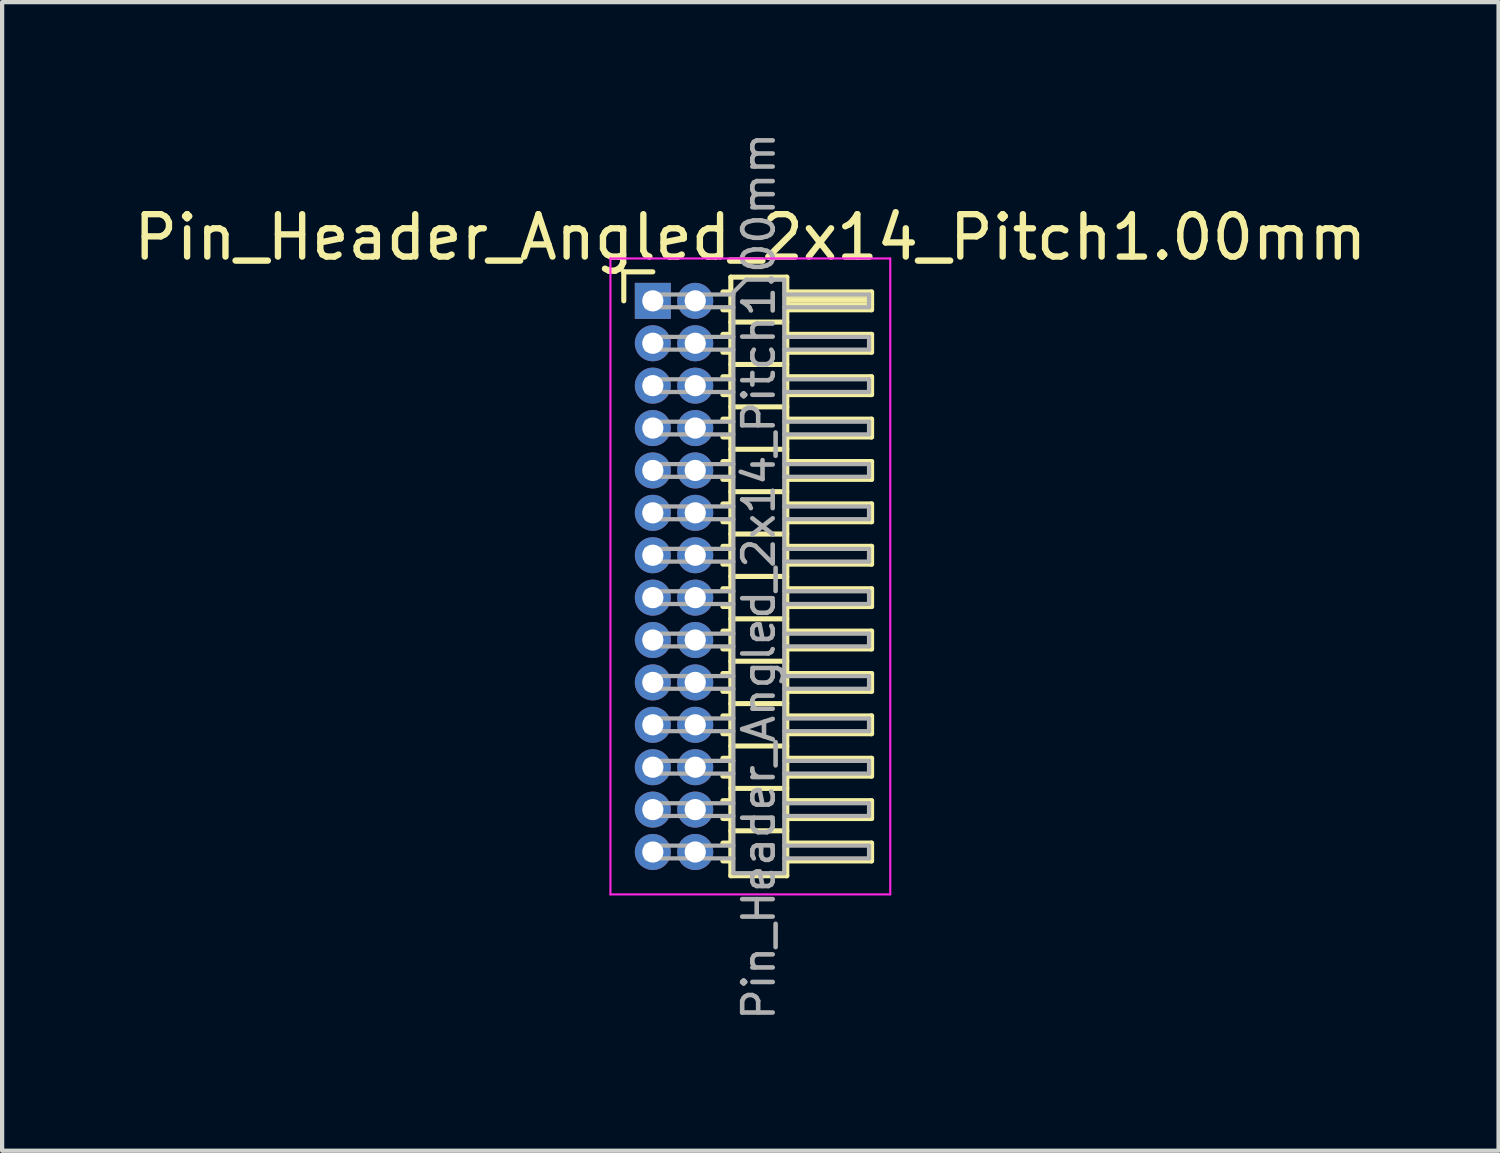
<source format=kicad_pcb>
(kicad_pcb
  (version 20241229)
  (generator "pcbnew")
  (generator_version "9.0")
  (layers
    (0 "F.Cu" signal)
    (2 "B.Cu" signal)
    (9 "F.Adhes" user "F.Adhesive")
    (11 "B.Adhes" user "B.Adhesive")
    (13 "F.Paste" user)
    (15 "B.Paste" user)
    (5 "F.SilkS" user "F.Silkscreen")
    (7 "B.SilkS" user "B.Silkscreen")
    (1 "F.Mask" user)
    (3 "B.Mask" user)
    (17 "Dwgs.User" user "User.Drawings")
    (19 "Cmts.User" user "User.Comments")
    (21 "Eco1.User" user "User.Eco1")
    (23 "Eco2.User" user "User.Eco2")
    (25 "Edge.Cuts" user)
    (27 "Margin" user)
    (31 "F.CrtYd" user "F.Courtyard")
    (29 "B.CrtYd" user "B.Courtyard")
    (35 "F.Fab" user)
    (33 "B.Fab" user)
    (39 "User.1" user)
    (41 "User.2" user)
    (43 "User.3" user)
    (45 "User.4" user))
  (footprint "Pin_Header_Angled_2x14_Pitch1.00mm"
    (layer "F.Cu")
    (at 12.349 4.047)
    (property "Reference" "Pin_Header_Angled_2x14_Pitch1.00mm" (at 2.3 -1.5 0) (layer "F.SilkS") (effects (font (size 1 1) (thickness 0.15))))
    (attr through_hole)
    (fp_line (start -0.685 -0.685) (end 0 -0.685) (stroke (width 0.12) (type solid)) (layer "F.SilkS"))
    (fp_line (start -0.685 0) (end -0.685 -0.685) (stroke (width 0.12) (type solid)) (layer "F.SilkS"))
    (fp_line (start 1.652 -0.21) (end 1.84 -0.21) (stroke (width 0.12) (type solid)) (layer "F.SilkS"))
    (fp_line (start 1.652 0.21) (end 1.84 0.21) (stroke (width 0.12) (type solid)) (layer "F.SilkS"))
    (fp_line (start 1.652 0.79) (end 1.84 0.79) (stroke (width 0.12) (type solid)) (layer "F.SilkS"))
    (fp_line (start 1.652 1.21) (end 1.84 1.21) (stroke (width 0.12) (type solid)) (layer "F.SilkS"))
    (fp_line (start 1.652 1.79) (end 1.84 1.79) (stroke (width 0.12) (type solid)) (layer "F.SilkS"))
    (fp_line (start 1.652 2.21) (end 1.84 2.21) (stroke (width 0.12) (type solid)) (layer "F.SilkS"))
    (fp_line (start 1.652 2.79) (end 1.84 2.79) (stroke (width 0.12) (type solid)) (layer "F.SilkS"))
    (fp_line (start 1.652 3.21) (end 1.84 3.21) (stroke (width 0.12) (type solid)) (layer "F.SilkS"))
    (fp_line (start 1.652 3.79) (end 1.84 3.79) (stroke (width 0.12) (type solid)) (layer "F.SilkS"))
    (fp_line (start 1.652 4.21) (end 1.84 4.21) (stroke (width 0.12) (type solid)) (layer "F.SilkS"))
    (fp_line (start 1.652 4.79) (end 1.84 4.79) (stroke (width 0.12) (type solid)) (layer "F.SilkS"))
    (fp_line (start 1.652 5.21) (end 1.84 5.21) (stroke (width 0.12) (type solid)) (layer "F.SilkS"))
    (fp_line (start 1.652 5.79) (end 1.84 5.79) (stroke (width 0.12) (type solid)) (layer "F.SilkS"))
    (fp_line (start 1.652 6.21) (end 1.84 6.21) (stroke (width 0.12) (type solid)) (layer "F.SilkS"))
    (fp_line (start 1.652 6.79) (end 1.84 6.79) (stroke (width 0.12) (type solid)) (layer "F.SilkS"))
    (fp_line (start 1.652 7.21) (end 1.84 7.21) (stroke (width 0.12) (type solid)) (layer "F.SilkS"))
    (fp_line (start 1.652 7.79) (end 1.84 7.79) (stroke (width 0.12) (type solid)) (layer "F.SilkS"))
    (fp_line (start 1.652 8.21) (end 1.84 8.21) (stroke (width 0.12) (type solid)) (layer "F.SilkS"))
    (fp_line (start 1.652 8.79) (end 1.84 8.79) (stroke (width 0.12) (type solid)) (layer "F.SilkS"))
    (fp_line (start 1.652 9.21) (end 1.84 9.21) (stroke (width 0.12) (type solid)) (layer "F.SilkS"))
    (fp_line (start 1.652 9.79) (end 1.84 9.79) (stroke (width 0.12) (type solid)) (layer "F.SilkS"))
    (fp_line (start 1.652 10.21) (end 1.84 10.21) (stroke (width 0.12) (type solid)) (layer "F.SilkS"))
    (fp_line (start 1.652 10.79) (end 1.84 10.79) (stroke (width 0.12) (type solid)) (layer "F.SilkS"))
    (fp_line (start 1.652 11.21) (end 1.84 11.21) (stroke (width 0.12) (type solid)) (layer "F.SilkS"))
    (fp_line (start 1.652 11.79) (end 1.84 11.79) (stroke (width 0.12) (type solid)) (layer "F.SilkS"))
    (fp_line (start 1.652 12.21) (end 1.84 12.21) (stroke (width 0.12) (type solid)) (layer "F.SilkS"))
    (fp_line (start 1.652 12.79) (end 1.84 12.79) (stroke (width 0.12) (type solid)) (layer "F.SilkS"))
    (fp_line (start 1.652 13.21) (end 1.84 13.21) (stroke (width 0.12) (type solid)) (layer "F.SilkS"))
    (fp_line (start 1.84 -0.56) (end 1.84 13.56) (stroke (width 0.12) (type solid)) (layer "F.SilkS"))
    (fp_line (start 1.84 0.5) (end 3.16 0.5) (stroke (width 0.12) (type solid)) (layer "F.SilkS"))
    (fp_line (start 1.84 1.5) (end 3.16 1.5) (stroke (width 0.12) (type solid)) (layer "F.SilkS"))
    (fp_line (start 1.84 2.5) (end 3.16 2.5) (stroke (width 0.12) (type solid)) (layer "F.SilkS"))
    (fp_line (start 1.84 3.5) (end 3.16 3.5) (stroke (width 0.12) (type solid)) (layer "F.SilkS"))
    (fp_line (start 1.84 4.5) (end 3.16 4.5) (stroke (width 0.12) (type solid)) (layer "F.SilkS"))
    (fp_line (start 1.84 5.5) (end 3.16 5.5) (stroke (width 0.12) (type solid)) (layer "F.SilkS"))
    (fp_line (start 1.84 6.5) (end 3.16 6.5) (stroke (width 0.12) (type solid)) (layer "F.SilkS"))
    (fp_line (start 1.84 7.5) (end 3.16 7.5) (stroke (width 0.12) (type solid)) (layer "F.SilkS"))
    (fp_line (start 1.84 8.5) (end 3.16 8.5) (stroke (width 0.12) (type solid)) (layer "F.SilkS"))
    (fp_line (start 1.84 9.5) (end 3.16 9.5) (stroke (width 0.12) (type solid)) (layer "F.SilkS"))
    (fp_line (start 1.84 10.5) (end 3.16 10.5) (stroke (width 0.12) (type solid)) (layer "F.SilkS"))
    (fp_line (start 1.84 11.5) (end 3.16 11.5) (stroke (width 0.12) (type solid)) (layer "F.SilkS"))
    (fp_line (start 1.84 12.5) (end 3.16 12.5) (stroke (width 0.12) (type solid)) (layer "F.SilkS"))
    (fp_line (start 1.84 13.56) (end 3.16 13.56) (stroke (width 0.12) (type solid)) (layer "F.SilkS"))
    (fp_line (start 3.16 -0.56) (end 1.84 -0.56) (stroke (width 0.12) (type solid)) (layer "F.SilkS"))
    (fp_line (start 3.16 -0.21) (end 5.16 -0.21) (stroke (width 0.12) (type solid)) (layer "F.SilkS"))
    (fp_line (start 3.16 -0.15) (end 5.16 -0.15) (stroke (width 0.12) (type solid)) (layer "F.SilkS"))
    (fp_line (start 3.16 -0.03) (end 5.16 -0.03) (stroke (width 0.12) (type solid)) (layer "F.SilkS"))
    (fp_line (start 3.16 0.09) (end 5.16 0.09) (stroke (width 0.12) (type solid)) (layer "F.SilkS"))
    (fp_line (start 3.16 0.79) (end 5.16 0.79) (stroke (width 0.12) (type solid)) (layer "F.SilkS"))
    (fp_line (start 3.16 1.79) (end 5.16 1.79) (stroke (width 0.12) (type solid)) (layer "F.SilkS"))
    (fp_line (start 3.16 2.79) (end 5.16 2.79) (stroke (width 0.12) (type solid)) (layer "F.SilkS"))
    (fp_line (start 3.16 3.79) (end 5.16 3.79) (stroke (width 0.12) (type solid)) (layer "F.SilkS"))
    (fp_line (start 3.16 4.79) (end 5.16 4.79) (stroke (width 0.12) (type solid)) (layer "F.SilkS"))
    (fp_line (start 3.16 5.79) (end 5.16 5.79) (stroke (width 0.12) (type solid)) (layer "F.SilkS"))
    (fp_line (start 3.16 6.79) (end 5.16 6.79) (stroke (width 0.12) (type solid)) (layer "F.SilkS"))
    (fp_line (start 3.16 7.79) (end 5.16 7.79) (stroke (width 0.12) (type solid)) (layer "F.SilkS"))
    (fp_line (start 3.16 8.79) (end 5.16 8.79) (stroke (width 0.12) (type solid)) (layer "F.SilkS"))
    (fp_line (start 3.16 9.79) (end 5.16 9.79) (stroke (width 0.12) (type solid)) (layer "F.SilkS"))
    (fp_line (start 3.16 10.79) (end 5.16 10.79) (stroke (width 0.12) (type solid)) (layer "F.SilkS"))
    (fp_line (start 3.16 11.79) (end 5.16 11.79) (stroke (width 0.12) (type solid)) (layer "F.SilkS"))
    (fp_line (start 3.16 12.79) (end 5.16 12.79) (stroke (width 0.12) (type solid)) (layer "F.SilkS"))
    (fp_line (start 3.16 13.56) (end 3.16 -0.56) (stroke (width 0.12) (type solid)) (layer "F.SilkS"))
    (fp_line (start 5.16 -0.21) (end 5.16 0.21) (stroke (width 0.12) (type solid)) (layer "F.SilkS"))
    (fp_line (start 5.16 0.21) (end 3.16 0.21) (stroke (width 0.12) (type solid)) (layer "F.SilkS"))
    (fp_line (start 5.16 0.79) (end 5.16 1.21) (stroke (width 0.12) (type solid)) (layer "F.SilkS"))
    (fp_line (start 5.16 1.21) (end 3.16 1.21) (stroke (width 0.12) (type solid)) (layer "F.SilkS"))
    (fp_line (start 5.16 1.79) (end 5.16 2.21) (stroke (width 0.12) (type solid)) (layer "F.SilkS"))
    (fp_line (start 5.16 2.21) (end 3.16 2.21) (stroke (width 0.12) (type solid)) (layer "F.SilkS"))
    (fp_line (start 5.16 2.79) (end 5.16 3.21) (stroke (width 0.12) (type solid)) (layer "F.SilkS"))
    (fp_line (start 5.16 3.21) (end 3.16 3.21) (stroke (width 0.12) (type solid)) (layer "F.SilkS"))
    (fp_line (start 5.16 3.79) (end 5.16 4.21) (stroke (width 0.12) (type solid)) (layer "F.SilkS"))
    (fp_line (start 5.16 4.21) (end 3.16 4.21) (stroke (width 0.12) (type solid)) (layer "F.SilkS"))
    (fp_line (start 5.16 4.79) (end 5.16 5.21) (stroke (width 0.12) (type solid)) (layer "F.SilkS"))
    (fp_line (start 5.16 5.21) (end 3.16 5.21) (stroke (width 0.12) (type solid)) (layer "F.SilkS"))
    (fp_line (start 5.16 5.79) (end 5.16 6.21) (stroke (width 0.12) (type solid)) (layer "F.SilkS"))
    (fp_line (start 5.16 6.21) (end 3.16 6.21) (stroke (width 0.12) (type solid)) (layer "F.SilkS"))
    (fp_line (start 5.16 6.79) (end 5.16 7.21) (stroke (width 0.12) (type solid)) (layer "F.SilkS"))
    (fp_line (start 5.16 7.21) (end 3.16 7.21) (stroke (width 0.12) (type solid)) (layer "F.SilkS"))
    (fp_line (start 5.16 7.79) (end 5.16 8.21) (stroke (width 0.12) (type solid)) (layer "F.SilkS"))
    (fp_line (start 5.16 8.21) (end 3.16 8.21) (stroke (width 0.12) (type solid)) (layer "F.SilkS"))
    (fp_line (start 5.16 8.79) (end 5.16 9.21) (stroke (width 0.12) (type solid)) (layer "F.SilkS"))
    (fp_line (start 5.16 9.21) (end 3.16 9.21) (stroke (width 0.12) (type solid)) (layer "F.SilkS"))
    (fp_line (start 5.16 9.79) (end 5.16 10.21) (stroke (width 0.12) (type solid)) (layer "F.SilkS"))
    (fp_line (start 5.16 10.21) (end 3.16 10.21) (stroke (width 0.12) (type solid)) (layer "F.SilkS"))
    (fp_line (start 5.16 10.79) (end 5.16 11.21) (stroke (width 0.12) (type solid)) (layer "F.SilkS"))
    (fp_line (start 5.16 11.21) (end 3.16 11.21) (stroke (width 0.12) (type solid)) (layer "F.SilkS"))
    (fp_line (start 5.16 11.79) (end 5.16 12.21) (stroke (width 0.12) (type solid)) (layer "F.SilkS"))
    (fp_line (start 5.16 12.21) (end 3.16 12.21) (stroke (width 0.12) (type solid)) (layer "F.SilkS"))
    (fp_line (start 5.16 12.79) (end 5.16 13.21) (stroke (width 0.12) (type solid)) (layer "F.SilkS"))
    (fp_line (start 5.16 13.21) (end 3.16 13.21) (stroke (width 0.12) (type solid)) (layer "F.SilkS"))
    (fp_line (start -1 -1) (end -1 14) (stroke (width 0.05) (type solid)) (layer "F.CrtYd"))
    (fp_line (start -1 14) (end 5.6 14) (stroke (width 0.05) (type solid)) (layer "F.CrtYd"))
    (fp_line (start 5.6 -1) (end -1 -1) (stroke (width 0.05) (type solid)) (layer "F.CrtYd"))
    (fp_line (start 5.6 14) (end 5.6 -1) (stroke (width 0.05) (type solid)) (layer "F.CrtYd"))
    (fp_line (start -0.15 -0.15) (end -0.15 0.15) (stroke (width 0.1) (type solid)) (layer "F.Fab"))
    (fp_line (start -0.15 -0.15) (end 1.9 -0.15) (stroke (width 0.1) (type solid)) (layer "F.Fab"))
    (fp_line (start -0.15 0.15) (end 1.9 0.15) (stroke (width 0.1) (type solid)) (layer "F.Fab"))
    (fp_line (start -0.15 0.85) (end -0.15 1.15) (stroke (width 0.1) (type solid)) (layer "F.Fab"))
    (fp_line (start -0.15 0.85) (end 1.9 0.85) (stroke (width 0.1) (type solid)) (layer "F.Fab"))
    (fp_line (start -0.15 1.15) (end 1.9 1.15) (stroke (width 0.1) (type solid)) (layer "F.Fab"))
    (fp_line (start -0.15 1.85) (end -0.15 2.15) (stroke (width 0.1) (type solid)) (layer "F.Fab"))
    (fp_line (start -0.15 1.85) (end 1.9 1.85) (stroke (width 0.1) (type solid)) (layer "F.Fab"))
    (fp_line (start -0.15 2.15) (end 1.9 2.15) (stroke (width 0.1) (type solid)) (layer "F.Fab"))
    (fp_line (start -0.15 2.85) (end -0.15 3.15) (stroke (width 0.1) (type solid)) (layer "F.Fab"))
    (fp_line (start -0.15 2.85) (end 1.9 2.85) (stroke (width 0.1) (type solid)) (layer "F.Fab"))
    (fp_line (start -0.15 3.15) (end 1.9 3.15) (stroke (width 0.1) (type solid)) (layer "F.Fab"))
    (fp_line (start -0.15 3.85) (end -0.15 4.15) (stroke (width 0.1) (type solid)) (layer "F.Fab"))
    (fp_line (start -0.15 3.85) (end 1.9 3.85) (stroke (width 0.1) (type solid)) (layer "F.Fab"))
    (fp_line (start -0.15 4.15) (end 1.9 4.15) (stroke (width 0.1) (type solid)) (layer "F.Fab"))
    (fp_line (start -0.15 4.85) (end -0.15 5.15) (stroke (width 0.1) (type solid)) (layer "F.Fab"))
    (fp_line (start -0.15 4.85) (end 1.9 4.85) (stroke (width 0.1) (type solid)) (layer "F.Fab"))
    (fp_line (start -0.15 5.15) (end 1.9 5.15) (stroke (width 0.1) (type solid)) (layer "F.Fab"))
    (fp_line (start -0.15 5.85) (end -0.15 6.15) (stroke (width 0.1) (type solid)) (layer "F.Fab"))
    (fp_line (start -0.15 5.85) (end 1.9 5.85) (stroke (width 0.1) (type solid)) (layer "F.Fab"))
    (fp_line (start -0.15 6.15) (end 1.9 6.15) (stroke (width 0.1) (type solid)) (layer "F.Fab"))
    (fp_line (start -0.15 6.85) (end -0.15 7.15) (stroke (width 0.1) (type solid)) (layer "F.Fab"))
    (fp_line (start -0.15 6.85) (end 1.9 6.85) (stroke (width 0.1) (type solid)) (layer "F.Fab"))
    (fp_line (start -0.15 7.15) (end 1.9 7.15) (stroke (width 0.1) (type solid)) (layer "F.Fab"))
    (fp_line (start -0.15 7.85) (end -0.15 8.15) (stroke (width 0.1) (type solid)) (layer "F.Fab"))
    (fp_line (start -0.15 7.85) (end 1.9 7.85) (stroke (width 0.1) (type solid)) (layer "F.Fab"))
    (fp_line (start -0.15 8.15) (end 1.9 8.15) (stroke (width 0.1) (type solid)) (layer "F.Fab"))
    (fp_line (start -0.15 8.85) (end -0.15 9.15) (stroke (width 0.1) (type solid)) (layer "F.Fab"))
    (fp_line (start -0.15 8.85) (end 1.9 8.85) (stroke (width 0.1) (type solid)) (layer "F.Fab"))
    (fp_line (start -0.15 9.15) (end 1.9 9.15) (stroke (width 0.1) (type solid)) (layer "F.Fab"))
    (fp_line (start -0.15 9.85) (end -0.15 10.15) (stroke (width 0.1) (type solid)) (layer "F.Fab"))
    (fp_line (start -0.15 9.85) (end 1.9 9.85) (stroke (width 0.1) (type solid)) (layer "F.Fab"))
    (fp_line (start -0.15 10.15) (end 1.9 10.15) (stroke (width 0.1) (type solid)) (layer "F.Fab"))
    (fp_line (start -0.15 10.85) (end -0.15 11.15) (stroke (width 0.1) (type solid)) (layer "F.Fab"))
    (fp_line (start -0.15 10.85) (end 1.9 10.85) (stroke (width 0.1) (type solid)) (layer "F.Fab"))
    (fp_line (start -0.15 11.15) (end 1.9 11.15) (stroke (width 0.1) (type solid)) (layer "F.Fab"))
    (fp_line (start -0.15 11.85) (end -0.15 12.15) (stroke (width 0.1) (type solid)) (layer "F.Fab"))
    (fp_line (start -0.15 11.85) (end 1.9 11.85) (stroke (width 0.1) (type solid)) (layer "F.Fab"))
    (fp_line (start -0.15 12.15) (end 1.9 12.15) (stroke (width 0.1) (type solid)) (layer "F.Fab"))
    (fp_line (start -0.15 12.85) (end -0.15 13.15) (stroke (width 0.1) (type solid)) (layer "F.Fab"))
    (fp_line (start -0.15 12.85) (end 1.9 12.85) (stroke (width 0.1) (type solid)) (layer "F.Fab"))
    (fp_line (start -0.15 13.15) (end 1.9 13.15) (stroke (width 0.1) (type solid)) (layer "F.Fab"))
    (fp_line (start 1.9 -0.2) (end 2.2 -0.5) (stroke (width 0.1) (type solid)) (layer "F.Fab"))
    (fp_line (start 1.9 13.5) (end 1.9 -0.2) (stroke (width 0.1) (type solid)) (layer "F.Fab"))
    (fp_line (start 2.2 -0.5) (end 3.1 -0.5) (stroke (width 0.1) (type solid)) (layer "F.Fab"))
    (fp_line (start 3.1 -0.5) (end 3.1 13.5) (stroke (width 0.1) (type solid)) (layer "F.Fab"))
    (fp_line (start 3.1 -0.15) (end 5.1 -0.15) (stroke (width 0.1) (type solid)) (layer "F.Fab"))
    (fp_line (start 3.1 0.15) (end 5.1 0.15) (stroke (width 0.1) (type solid)) (layer "F.Fab"))
    (fp_line (start 3.1 0.85) (end 5.1 0.85) (stroke (width 0.1) (type solid)) (layer "F.Fab"))
    (fp_line (start 3.1 1.15) (end 5.1 1.15) (stroke (width 0.1) (type solid)) (layer "F.Fab"))
    (fp_line (start 3.1 1.85) (end 5.1 1.85) (stroke (width 0.1) (type solid)) (layer "F.Fab"))
    (fp_line (start 3.1 2.15) (end 5.1 2.15) (stroke (width 0.1) (type solid)) (layer "F.Fab"))
    (fp_line (start 3.1 2.85) (end 5.1 2.85) (stroke (width 0.1) (type solid)) (layer "F.Fab"))
    (fp_line (start 3.1 3.15) (end 5.1 3.15) (stroke (width 0.1) (type solid)) (layer "F.Fab"))
    (fp_line (start 3.1 3.85) (end 5.1 3.85) (stroke (width 0.1) (type solid)) (layer "F.Fab"))
    (fp_line (start 3.1 4.15) (end 5.1 4.15) (stroke (width 0.1) (type solid)) (layer "F.Fab"))
    (fp_line (start 3.1 4.85) (end 5.1 4.85) (stroke (width 0.1) (type solid)) (layer "F.Fab"))
    (fp_line (start 3.1 5.15) (end 5.1 5.15) (stroke (width 0.1) (type solid)) (layer "F.Fab"))
    (fp_line (start 3.1 5.85) (end 5.1 5.85) (stroke (width 0.1) (type solid)) (layer "F.Fab"))
    (fp_line (start 3.1 6.15) (end 5.1 6.15) (stroke (width 0.1) (type solid)) (layer "F.Fab"))
    (fp_line (start 3.1 6.85) (end 5.1 6.85) (stroke (width 0.1) (type solid)) (layer "F.Fab"))
    (fp_line (start 3.1 7.15) (end 5.1 7.15) (stroke (width 0.1) (type solid)) (layer "F.Fab"))
    (fp_line (start 3.1 7.85) (end 5.1 7.85) (stroke (width 0.1) (type solid)) (layer "F.Fab"))
    (fp_line (start 3.1 8.15) (end 5.1 8.15) (stroke (width 0.1) (type solid)) (layer "F.Fab"))
    (fp_line (start 3.1 8.85) (end 5.1 8.85) (stroke (width 0.1) (type solid)) (layer "F.Fab"))
    (fp_line (start 3.1 9.15) (end 5.1 9.15) (stroke (width 0.1) (type solid)) (layer "F.Fab"))
    (fp_line (start 3.1 9.85) (end 5.1 9.85) (stroke (width 0.1) (type solid)) (layer "F.Fab"))
    (fp_line (start 3.1 10.15) (end 5.1 10.15) (stroke (width 0.1) (type solid)) (layer "F.Fab"))
    (fp_line (start 3.1 10.85) (end 5.1 10.85) (stroke (width 0.1) (type solid)) (layer "F.Fab"))
    (fp_line (start 3.1 11.15) (end 5.1 11.15) (stroke (width 0.1) (type solid)) (layer "F.Fab"))
    (fp_line (start 3.1 11.85) (end 5.1 11.85) (stroke (width 0.1) (type solid)) (layer "F.Fab"))
    (fp_line (start 3.1 12.15) (end 5.1 12.15) (stroke (width 0.1) (type solid)) (layer "F.Fab"))
    (fp_line (start 3.1 12.85) (end 5.1 12.85) (stroke (width 0.1) (type solid)) (layer "F.Fab"))
    (fp_line (start 3.1 13.15) (end 5.1 13.15) (stroke (width 0.1) (type solid)) (layer "F.Fab"))
    (fp_line (start 3.1 13.5) (end 1.9 13.5) (stroke (width 0.1) (type solid)) (layer "F.Fab"))
    (fp_line (start 5.1 -0.15) (end 5.1 0.15) (stroke (width 0.1) (type solid)) (layer "F.Fab"))
    (fp_line (start 5.1 0.85) (end 5.1 1.15) (stroke (width 0.1) (type solid)) (layer "F.Fab"))
    (fp_line (start 5.1 1.85) (end 5.1 2.15) (stroke (width 0.1) (type solid)) (layer "F.Fab"))
    (fp_line (start 5.1 2.85) (end 5.1 3.15) (stroke (width 0.1) (type solid)) (layer "F.Fab"))
    (fp_line (start 5.1 3.85) (end 5.1 4.15) (stroke (width 0.1) (type solid)) (layer "F.Fab"))
    (fp_line (start 5.1 4.85) (end 5.1 5.15) (stroke (width 0.1) (type solid)) (layer "F.Fab"))
    (fp_line (start 5.1 5.85) (end 5.1 6.15) (stroke (width 0.1) (type solid)) (layer "F.Fab"))
    (fp_line (start 5.1 6.85) (end 5.1 7.15) (stroke (width 0.1) (type solid)) (layer "F.Fab"))
    (fp_line (start 5.1 7.85) (end 5.1 8.15) (stroke (width 0.1) (type solid)) (layer "F.Fab"))
    (fp_line (start 5.1 8.85) (end 5.1 9.15) (stroke (width 0.1) (type solid)) (layer "F.Fab"))
    (fp_line (start 5.1 9.85) (end 5.1 10.15) (stroke (width 0.1) (type solid)) (layer "F.Fab"))
    (fp_line (start 5.1 10.85) (end 5.1 11.15) (stroke (width 0.1) (type solid)) (layer "F.Fab"))
    (fp_line (start 5.1 11.85) (end 5.1 12.15) (stroke (width 0.1) (type solid)) (layer "F.Fab"))
    (fp_line (start 5.1 12.85) (end 5.1 13.15) (stroke (width 0.1) (type solid)) (layer "F.Fab"))
    (fp_text user "${REFERENCE}" (at 2.5 6.5 90) (layer "F.Fab") (effects (font (size 0.72 0.72) (thickness 0.108))))
    (pad "1" thru_hole rect (at 0 0) (size 0.85 0.85) (drill 0.5) (layers "*.Cu" "*.Mask"))
    (pad "2" thru_hole oval (at 1 0) (size 0.85 0.85) (drill 0.5) (layers "*.Cu" "*.Mask"))
    (pad "3" thru_hole oval (at 0 1) (size 0.85 0.85) (drill 0.5) (layers "*.Cu" "*.Mask"))
    (pad "4" thru_hole oval (at 1 1) (size 0.85 0.85) (drill 0.5) (layers "*.Cu" "*.Mask"))
    (pad "5" thru_hole oval (at 0 2) (size 0.85 0.85) (drill 0.5) (layers "*.Cu" "*.Mask"))
    (pad "6" thru_hole oval (at 1 2) (size 0.85 0.85) (drill 0.5) (layers "*.Cu" "*.Mask"))
    (pad "7" thru_hole oval (at 0 3) (size 0.85 0.85) (drill 0.5) (layers "*.Cu" "*.Mask"))
    (pad "8" thru_hole oval (at 1 3) (size 0.85 0.85) (drill 0.5) (layers "*.Cu" "*.Mask"))
    (pad "9" thru_hole oval (at 0 4) (size 0.85 0.85) (drill 0.5) (layers "*.Cu" "*.Mask"))
    (pad "10" thru_hole oval (at 1 4) (size 0.85 0.85) (drill 0.5) (layers "*.Cu" "*.Mask"))
    (pad "11" thru_hole oval (at 0 5) (size 0.85 0.85) (drill 0.5) (layers "*.Cu" "*.Mask"))
    (pad "12" thru_hole oval (at 1 5) (size 0.85 0.85) (drill 0.5) (layers "*.Cu" "*.Mask"))
    (pad "13" thru_hole oval (at 0 6) (size 0.85 0.85) (drill 0.5) (layers "*.Cu" "*.Mask"))
    (pad "14" thru_hole oval (at 1 6) (size 0.85 0.85) (drill 0.5) (layers "*.Cu" "*.Mask"))
    (pad "15" thru_hole oval (at 0 7) (size 0.85 0.85) (drill 0.5) (layers "*.Cu" "*.Mask"))
    (pad "16" thru_hole oval (at 1 7) (size 0.85 0.85) (drill 0.5) (layers "*.Cu" "*.Mask"))
    (pad "17" thru_hole oval (at 0 8) (size 0.85 0.85) (drill 0.5) (layers "*.Cu" "*.Mask"))
    (pad "18" thru_hole oval (at 1 8) (size 0.85 0.85) (drill 0.5) (layers "*.Cu" "*.Mask"))
    (pad "19" thru_hole oval (at 0 9) (size 0.85 0.85) (drill 0.5) (layers "*.Cu" "*.Mask"))
    (pad "20" thru_hole oval (at 1 9) (size 0.85 0.85) (drill 0.5) (layers "*.Cu" "*.Mask"))
    (pad "21" thru_hole oval (at 0 10) (size 0.85 0.85) (drill 0.5) (layers "*.Cu" "*.Mask"))
    (pad "22" thru_hole oval (at 1 10) (size 0.85 0.85) (drill 0.5) (layers "*.Cu" "*.Mask"))
    (pad "23" thru_hole oval (at 0 11) (size 0.85 0.85) (drill 0.5) (layers "*.Cu" "*.Mask"))
    (pad "24" thru_hole oval (at 1 11) (size 0.85 0.85) (drill 0.5) (layers "*.Cu" "*.Mask"))
    (pad "25" thru_hole oval (at 0 12) (size 0.85 0.85) (drill 0.5) (layers "*.Cu" "*.Mask"))
    (pad "26" thru_hole oval (at 1 12) (size 0.85 0.85) (drill 0.5) (layers "*.Cu" "*.Mask"))
    (pad "27" thru_hole oval (at 0 13) (size 0.85 0.85) (drill 0.5) (layers "*.Cu" "*.Mask"))
    (pad "28" thru_hole oval (at 1 13) (size 0.85 0.85) (drill 0.5) (layers "*.Cu" "*.Mask")))
  (gr_rect
    (start -3 -3)
    (end 32.298 24.094)
    (stroke (width 0.1) (type default))
    (fill no)
    (layer "Edge.Cuts")))
</source>
